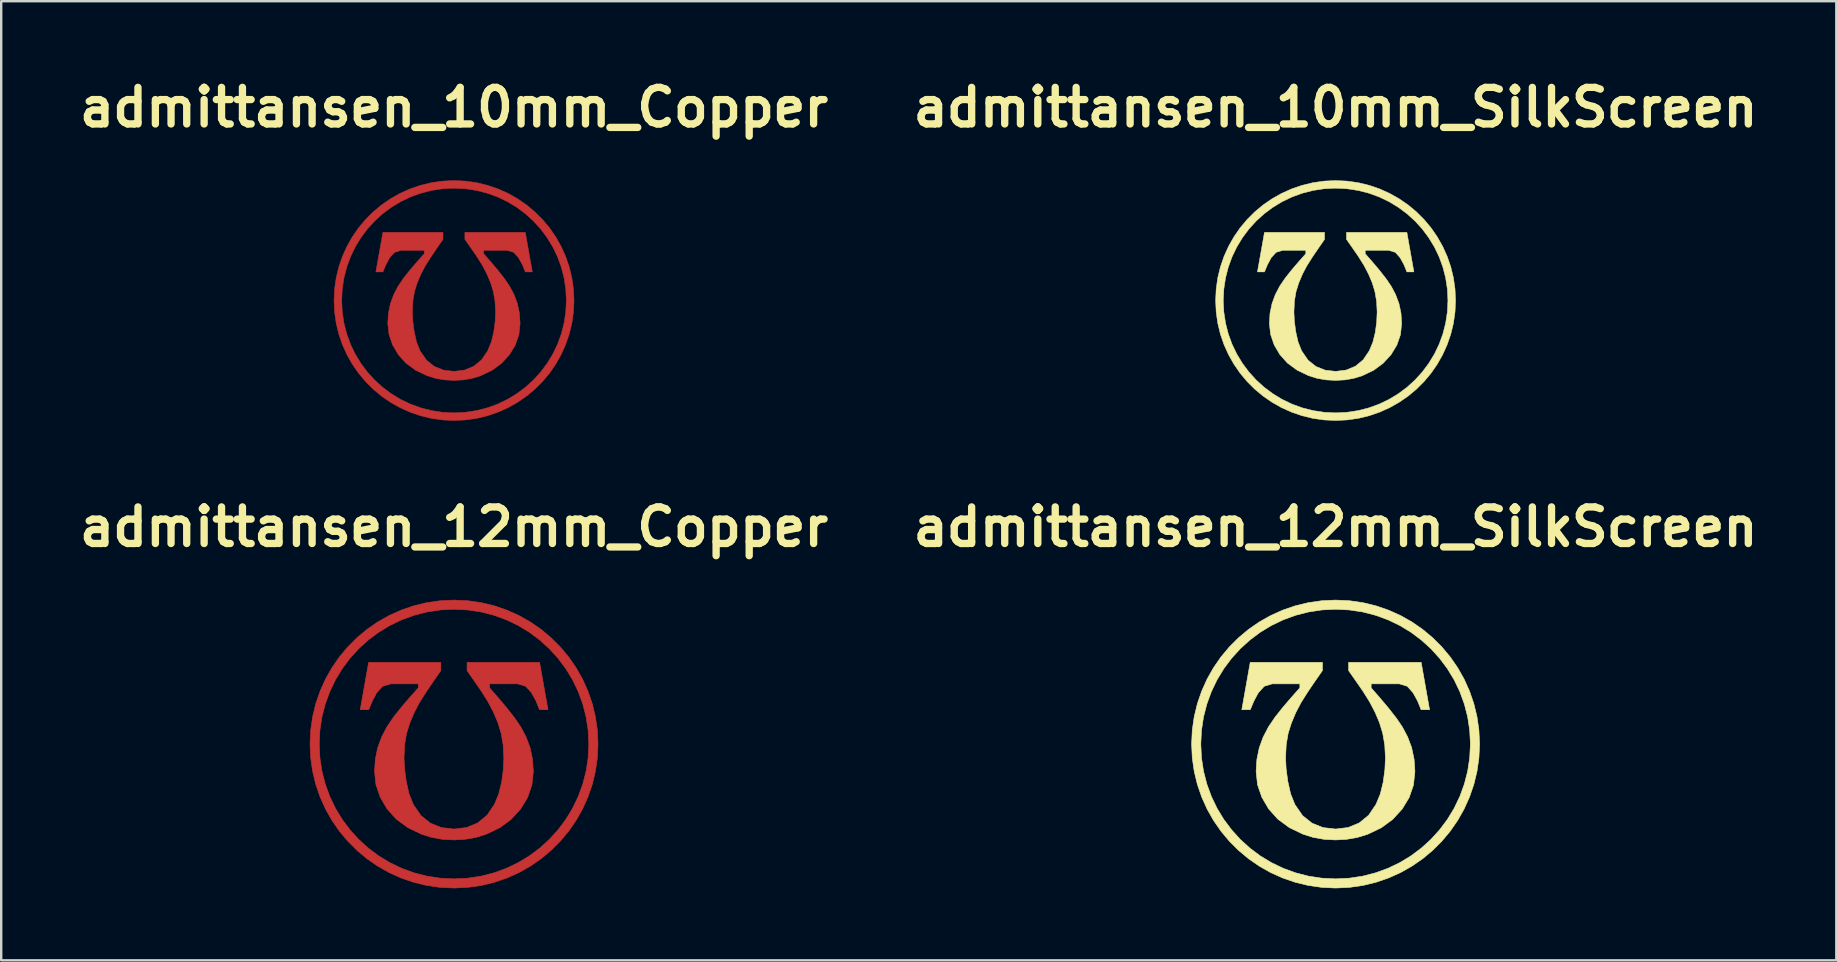
<source format=kicad_pcb>
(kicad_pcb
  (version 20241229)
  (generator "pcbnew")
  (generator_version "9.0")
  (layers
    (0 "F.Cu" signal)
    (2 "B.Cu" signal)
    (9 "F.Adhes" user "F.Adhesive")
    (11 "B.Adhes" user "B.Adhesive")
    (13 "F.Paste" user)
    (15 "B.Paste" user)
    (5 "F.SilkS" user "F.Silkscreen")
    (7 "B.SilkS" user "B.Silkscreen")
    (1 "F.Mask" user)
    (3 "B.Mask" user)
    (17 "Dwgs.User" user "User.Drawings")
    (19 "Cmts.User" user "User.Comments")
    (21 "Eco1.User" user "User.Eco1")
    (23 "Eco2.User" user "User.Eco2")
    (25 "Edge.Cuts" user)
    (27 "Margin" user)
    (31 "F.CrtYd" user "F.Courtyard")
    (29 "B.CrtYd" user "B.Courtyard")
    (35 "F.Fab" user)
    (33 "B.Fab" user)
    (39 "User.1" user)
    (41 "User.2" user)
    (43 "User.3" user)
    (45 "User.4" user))
  (footprint "admittansen_10mm_Copper"
    (layer "F.Cu")
    (at 15.871 9.474)
    (property "Reference" "admittansen_10mm_Copper" (at 0 -8.048 0) (layer "F.SilkS") (effects (font (size 1.524 1.524) (thickness 0.305))))
    (attr exclude_from_pos_files exclude_from_bom)
    (fp_poly (pts (xy -3.257 -1.192) (xy -2.964 -2.839) (xy -0.46 -2.839) (xy -0.46 -2.55) (xy -0.716 -2.18) (xy -0.969 -1.807) (xy -1.199 -1.443) (xy -1.381 -1.098) (xy -1.537 -0.728) (xy -1.648 -0.372) (xy -1.715 0.014) (xy -1.737 0.477) (xy -1.718 0.857) (xy -1.661 1.292) (xy -1.563 1.727) (xy -1.415 2.098) (xy -1.147 2.486) (xy -0.82 2.748) (xy -0.437 2.901) (xy -0.001 2.952) (xy 0.436 2.899) (xy 0.823 2.739) (xy 1.148 2.472) (xy 1.404 2.094) (xy 1.554 1.733) (xy 1.655 1.322) (xy 1.712 0.894) (xy 1.731 0.477) (xy 1.708 0.031) (xy 1.638 -0.372) (xy 1.524 -0.745) (xy 1.37 -1.107) (xy 1.182 -1.465) (xy 0.95 -1.837) (xy 0.696 -2.204) (xy 0.453 -2.55) (xy 0.453 -2.839) (xy 2.971 -2.839) (xy 3.263 -1.192) (xy 2.971 -1.192) (xy 2.847 -1.497) (xy 2.69 -1.782) (xy 2.491 -2.007) (xy 2.211 -2.092) (xy 1.234 -2.092) (xy 1.234 -1.951) (xy 1.521 -1.624) (xy 1.829 -1.26) (xy 2.111 -0.899) (xy 2.321 -0.589) (xy 2.5 -0.25) (xy 2.639 0.12) (xy 2.725 0.523) (xy 2.754 0.952) (xy 2.704 1.422) (xy 2.555 1.856) (xy 2.311 2.256) (xy 1.981 2.616) (xy 1.586 2.907) (xy 1.111 3.134) (xy 0.757 3.243) (xy 0.387 3.308) (xy -0.001 3.329) (xy -0.402 3.307) (xy -0.778 3.241) (xy -1.13 3.13) (xy -1.606 2.902) (xy -2.005 2.608) (xy -2.324 2.252) (xy -2.561 1.848) (xy -2.71 1.412) (xy -2.76 0.952) (xy -2.733 0.526) (xy -2.65 0.129) (xy -2.515 -0.241) (xy -2.332 -0.593) (xy -2.098 -0.938) (xy -1.822 -1.285) (xy -1.53 -1.626) (xy -1.241 -1.951) (xy -1.241 -2.092) (xy -2.204 -2.092) (xy -2.48 -2.007) (xy -2.684 -1.782) (xy -2.841 -1.489) (xy -2.964 -1.192) (xy -3.257 -1.192)) (stroke (width 0.02) (type solid)) (fill yes) (layer "F.Cu"))
    (fp_poly (pts (xy 0 -5) (xy 0 -4.681) (xy 0.479 -4.657) (xy 0.944 -4.586) (xy 1.393 -4.471) (xy 1.823 -4.314) (xy 2.232 -4.117) (xy 2.618 -3.882) (xy 2.979 -3.613) (xy 3.311 -3.311) (xy 3.613 -2.979) (xy 3.882 -2.618) (xy 4.117 -2.232) (xy 4.314 -1.823) (xy 4.471 -1.393) (xy 4.586 -0.944) (xy 4.657 -0.479) (xy 4.681 0) (xy 4.657 0.479) (xy 4.586 0.944) (xy 4.471 1.393) (xy 4.314 1.823) (xy 4.117 2.232) (xy 3.882 2.618) (xy 3.613 2.979) (xy 3.311 3.311) (xy 2.979 3.613) (xy 2.618 3.882) (xy 2.232 4.117) (xy 1.823 4.314) (xy 1.393 4.471) (xy 0.944 4.586) (xy 0.479 4.657) (xy 0 4.681) (xy -0.479 4.657) (xy -0.944 4.586) (xy -1.393 4.471) (xy -1.823 4.314) (xy -2.232 4.117) (xy -2.618 3.882) (xy -2.979 3.613) (xy -3.311 3.311) (xy -3.613 2.979) (xy -3.882 2.618) (xy -4.117 2.232) (xy -4.314 1.823) (xy -4.471 1.393) (xy -4.586 0.944) (xy -4.657 0.479) (xy -4.681 0) (xy -4.657 -0.479) (xy -4.586 -0.944) (xy -4.471 -1.393) (xy -4.314 -1.823) (xy -4.117 -2.232) (xy -3.882 -2.618) (xy -3.613 -2.979) (xy -3.311 -3.311) (xy -2.979 -3.613) (xy -2.618 -3.882) (xy -2.232 -4.117) (xy -1.823 -4.314) (xy -1.393 -4.471) (xy -0.944 -4.586) (xy -0.479 -4.657) (xy 0 -4.681) (xy 0 -5) (xy -0.481 -4.977) (xy -0.95 -4.91) (xy -1.403 -4.8) (xy -1.839 -4.65) (xy -2.256 -4.462) (xy -2.652 -4.238) (xy -3.025 -3.981) (xy -3.372 -3.691) (xy -3.691 -3.372) (xy -3.981 -3.025) (xy -4.238 -2.652) (xy -4.462 -2.256) (xy -4.65 -1.839) (xy -4.8 -1.403) (xy -4.91 -0.95) (xy -4.977 -0.481) (xy -5 0) (xy -4.977 0.481) (xy -4.91 0.95) (xy -4.8 1.403) (xy -4.65 1.839) (xy -4.462 2.256) (xy -4.238 2.652) (xy -3.981 3.025) (xy -3.691 3.372) (xy -3.372 3.691) (xy -3.025 3.981) (xy -2.652 4.238) (xy -2.256 4.462) (xy -1.839 4.65) (xy -1.403 4.8) (xy -0.95 4.91) (xy -0.481 4.977) (xy 0 5) (xy 0.481 4.977) (xy 0.95 4.91) (xy 1.403 4.8) (xy 1.839 4.65) (xy 2.256 4.462) (xy 2.652 4.238) (xy 3.025 3.981) (xy 3.372 3.691) (xy 3.691 3.372) (xy 3.981 3.025) (xy 4.238 2.652) (xy 4.462 2.256) (xy 4.65 1.839) (xy 4.8 1.403) (xy 4.91 0.95) (xy 4.977 0.481) (xy 5 0) (xy 4.977 -0.481) (xy 4.91 -0.95) (xy 4.8 -1.403) (xy 4.65 -1.839) (xy 4.462 -2.256) (xy 4.238 -2.652) (xy 3.981 -3.025) (xy 3.691 -3.372) (xy 3.372 -3.691) (xy 3.025 -3.981) (xy 2.652 -4.238) (xy 2.256 -4.462) (xy 1.839 -4.65) (xy 1.403 -4.8) (xy 0.95 -4.91) (xy 0.481 -4.977) (xy 0 -5)) (stroke (width 0.019) (type solid)) (fill yes) (layer "F.Cu")))
  (footprint "admittansen_12mm_SilkScreen"
    (layer "F.Cu")
    (at 52.61 27.958)
    (property "Reference" "admittansen_12mm_SilkScreen" (at 0 -9.048 0) (layer "F.SilkS") (effects (font (size 1.524 1.524) (thickness 0.305))))
    (attr exclude_from_pos_files exclude_from_bom)
    (fp_poly (pts (xy -3.908 -1.43) (xy -3.557 -3.406) (xy -0.551 -3.406) (xy -0.551 -3.06) (xy -0.86 -2.616) (xy -1.163 -2.169) (xy -1.439 -1.732) (xy -1.657 -1.318) (xy -1.844 -0.873) (xy -1.978 -0.447) (xy -2.058 0.017) (xy -2.085 0.572) (xy -2.062 1.028) (xy -1.993 1.55) (xy -1.876 2.072) (xy -1.698 2.518) (xy -1.377 2.983) (xy -0.984 3.297) (xy -0.525 3.481) (xy -0.001 3.542) (xy 0.523 3.478) (xy 0.987 3.287) (xy 1.378 2.966) (xy 1.685 2.513) (xy 1.864 2.08) (xy 1.985 1.586) (xy 2.054 1.073) (xy 2.077 0.572) (xy 2.049 0.037) (xy 1.965 -0.447) (xy 1.829 -0.894) (xy 1.644 -1.328) (xy 1.419 -1.758) (xy 1.14 -2.204) (xy 0.835 -2.645) (xy 0.544 -3.06) (xy 0.544 -3.406) (xy 3.565 -3.406) (xy 3.916 -1.43) (xy 3.565 -1.43) (xy 3.417 -1.797) (xy 3.228 -2.138) (xy 2.989 -2.408) (xy 2.653 -2.51) (xy 1.481 -2.51) (xy 1.481 -2.342) (xy 1.825 -1.948) (xy 2.194 -1.511) (xy 2.533 -1.078) (xy 2.785 -0.707) (xy 3 -0.3) (xy 3.167 0.144) (xy 3.27 0.628) (xy 3.305 1.143) (xy 3.245 1.707) (xy 3.065 2.228) (xy 2.774 2.708) (xy 2.378 3.14) (xy 1.903 3.488) (xy 1.333 3.761) (xy 0.909 3.891) (xy 0.464 3.969) (xy -0.001 3.995) (xy -0.482 3.969) (xy -0.934 3.889) (xy -1.356 3.756) (xy -1.927 3.482) (xy -2.406 3.129) (xy -2.789 2.703) (xy -3.073 2.217) (xy -3.253 1.694) (xy -3.312 1.143) (xy -3.279 0.631) (xy -3.18 0.154) (xy -3.018 -0.289) (xy -2.798 -0.712) (xy -2.518 -1.126) (xy -2.187 -1.542) (xy -1.836 -1.951) (xy -1.489 -2.342) (xy -1.489 -2.51) (xy -2.645 -2.51) (xy -2.976 -2.408) (xy -3.221 -2.138) (xy -3.409 -1.786) (xy -3.557 -1.43) (xy -3.908 -1.43)) (stroke (width 0.024) (type solid)) (fill yes) (layer "F.SilkS"))
    (fp_poly (pts (xy 0 -6) (xy 0 -5.618) (xy 0.575 -5.589) (xy 1.133 -5.504) (xy 1.671 -5.365) (xy 2.188 -5.176) (xy 2.679 -4.94) (xy 3.142 -4.659) (xy 3.574 -4.335) (xy 3.973 -3.973) (xy 4.335 -3.574) (xy 4.659 -3.142) (xy 4.94 -2.679) (xy 5.176 -2.188) (xy 5.365 -1.671) (xy 5.504 -1.133) (xy 5.589 -0.575) (xy 5.618 0) (xy 5.589 0.575) (xy 5.504 1.133) (xy 5.365 1.671) (xy 5.176 2.188) (xy 4.94 2.679) (xy 4.659 3.142) (xy 4.335 3.574) (xy 3.973 3.973) (xy 3.574 4.335) (xy 3.142 4.659) (xy 2.679 4.94) (xy 2.188 5.176) (xy 1.671 5.365) (xy 1.133 5.504) (xy 0.575 5.589) (xy 0 5.618) (xy -0.575 5.589) (xy -1.133 5.504) (xy -1.671 5.365) (xy -2.188 5.176) (xy -2.679 4.94) (xy -3.142 4.659) (xy -3.574 4.335) (xy -3.973 3.973) (xy -4.335 3.574) (xy -4.659 3.142) (xy -4.94 2.679) (xy -5.176 2.188) (xy -5.365 1.671) (xy -5.504 1.133) (xy -5.589 0.575) (xy -5.618 0) (xy -5.589 -0.575) (xy -5.504 -1.133) (xy -5.365 -1.671) (xy -5.176 -2.188) (xy -4.94 -2.679) (xy -4.659 -3.142) (xy -4.335 -3.574) (xy -3.973 -3.973) (xy -3.574 -4.335) (xy -3.142 -4.659) (xy -2.679 -4.94) (xy -2.188 -5.176) (xy -1.671 -5.365) (xy -1.133 -5.504) (xy -0.575 -5.589) (xy 0 -5.618) (xy 0 -6) (xy -0.577 -5.973) (xy -1.14 -5.892) (xy -1.684 -5.76) (xy -2.207 -5.58) (xy -2.708 -5.355) (xy -3.183 -5.086) (xy -3.63 -4.777) (xy -4.046 -4.429) (xy -4.429 -4.046) (xy -4.777 -3.63) (xy -5.086 -3.183) (xy -5.355 -2.708) (xy -5.58 -2.207) (xy -5.76 -1.684) (xy -5.892 -1.14) (xy -5.973 -0.577) (xy -6 0) (xy -5.973 0.577) (xy -5.892 1.14) (xy -5.76 1.684) (xy -5.58 2.207) (xy -5.355 2.708) (xy -5.086 3.183) (xy -4.777 3.63) (xy -4.429 4.046) (xy -4.046 4.429) (xy -3.63 4.777) (xy -3.183 5.086) (xy -2.708 5.355) (xy -2.207 5.58) (xy -1.684 5.76) (xy -1.14 5.892) (xy -0.577 5.973) (xy 0 6) (xy 0.577 5.973) (xy 1.14 5.892) (xy 1.684 5.76) (xy 2.207 5.58) (xy 2.708 5.355) (xy 3.183 5.086) (xy 3.63 4.777) (xy 4.046 4.429) (xy 4.429 4.046) (xy 4.777 3.63) (xy 5.086 3.183) (xy 5.355 2.708) (xy 5.58 2.207) (xy 5.76 1.684) (xy 5.892 1.14) (xy 5.973 0.577) (xy 6 0) (xy 5.973 -0.577) (xy 5.892 -1.14) (xy 5.76 -1.684) (xy 5.58 -2.207) (xy 5.355 -2.708) (xy 5.086 -3.183) (xy 4.777 -3.63) (xy 4.429 -4.046) (xy 4.046 -4.429) (xy 3.63 -4.777) (xy 3.183 -5.086) (xy 2.708 -5.355) (xy 2.207 -5.58) (xy 1.684 -5.76) (xy 1.14 -5.892) (xy 0.577 -5.973) (xy 0 -6)) (stroke (width 0.023) (type solid)) (fill yes) (layer "F.SilkS")))
  (footprint "admittansen_12mm_Copper"
    (layer "F.Cu")
    (at 15.871 27.958)
    (property "Reference" "admittansen_12mm_Copper" (at 0 -9.048 0) (layer "F.SilkS") (effects (font (size 1.524 1.524) (thickness 0.305))))
    (attr exclude_from_pos_files exclude_from_bom)
    (fp_poly (pts (xy -3.908 -1.43) (xy -3.557 -3.406) (xy -0.551 -3.406) (xy -0.551 -3.06) (xy -0.86 -2.616) (xy -1.163 -2.169) (xy -1.439 -1.732) (xy -1.657 -1.318) (xy -1.844 -0.873) (xy -1.978 -0.447) (xy -2.058 0.017) (xy -2.085 0.572) (xy -2.062 1.028) (xy -1.993 1.55) (xy -1.876 2.072) (xy -1.698 2.518) (xy -1.377 2.983) (xy -0.984 3.297) (xy -0.525 3.481) (xy -0.001 3.542) (xy 0.523 3.478) (xy 0.987 3.287) (xy 1.378 2.966) (xy 1.685 2.513) (xy 1.864 2.08) (xy 1.985 1.586) (xy 2.054 1.073) (xy 2.077 0.572) (xy 2.049 0.037) (xy 1.965 -0.447) (xy 1.829 -0.894) (xy 1.644 -1.328) (xy 1.419 -1.758) (xy 1.14 -2.204) (xy 0.835 -2.645) (xy 0.544 -3.06) (xy 0.544 -3.406) (xy 3.565 -3.406) (xy 3.916 -1.43) (xy 3.565 -1.43) (xy 3.417 -1.797) (xy 3.228 -2.138) (xy 2.989 -2.408) (xy 2.653 -2.51) (xy 1.481 -2.51) (xy 1.481 -2.342) (xy 1.825 -1.948) (xy 2.194 -1.511) (xy 2.533 -1.078) (xy 2.785 -0.707) (xy 3 -0.3) (xy 3.167 0.144) (xy 3.27 0.628) (xy 3.305 1.143) (xy 3.245 1.707) (xy 3.065 2.228) (xy 2.774 2.708) (xy 2.378 3.14) (xy 1.903 3.488) (xy 1.333 3.761) (xy 0.909 3.891) (xy 0.464 3.969) (xy -0.001 3.995) (xy -0.482 3.969) (xy -0.934 3.889) (xy -1.356 3.756) (xy -1.927 3.482) (xy -2.406 3.129) (xy -2.789 2.703) (xy -3.073 2.217) (xy -3.253 1.694) (xy -3.312 1.143) (xy -3.279 0.631) (xy -3.18 0.154) (xy -3.018 -0.289) (xy -2.798 -0.712) (xy -2.518 -1.126) (xy -2.187 -1.542) (xy -1.836 -1.951) (xy -1.489 -2.342) (xy -1.489 -2.51) (xy -2.645 -2.51) (xy -2.976 -2.408) (xy -3.221 -2.138) (xy -3.409 -1.786) (xy -3.557 -1.43) (xy -3.908 -1.43) (xy -3.908 -1.43)) (stroke (width 0.024) (type solid)) (fill yes) (layer "F.Cu"))
    (fp_poly (pts (xy 0 -6) (xy 0 -5.618) (xy 0.575 -5.589) (xy 1.133 -5.504) (xy 1.671 -5.365) (xy 2.188 -5.176) (xy 2.679 -4.94) (xy 3.142 -4.659) (xy 3.574 -4.336) (xy 3.973 -3.973) (xy 4.336 -3.574) (xy 4.659 -3.142) (xy 4.94 -2.679) (xy 5.176 -2.188) (xy 5.365 -1.671) (xy 5.504 -1.133) (xy 5.589 -0.575) (xy 5.618 0) (xy 5.589 0.575) (xy 5.504 1.133) (xy 5.365 1.671) (xy 5.176 2.188) (xy 4.94 2.679) (xy 4.659 3.142) (xy 4.336 3.574) (xy 3.973 3.973) (xy 3.574 4.336) (xy 3.142 4.659) (xy 2.679 4.94) (xy 2.188 5.176) (xy 1.671 5.365) (xy 1.133 5.504) (xy 0.575 5.589) (xy 0 5.618) (xy -0.575 5.589) (xy -1.133 5.504) (xy -1.671 5.365) (xy -2.188 5.176) (xy -2.679 4.94) (xy -3.142 4.659) (xy -3.574 4.336) (xy -3.973 3.973) (xy -4.336 3.574) (xy -4.659 3.142) (xy -4.94 2.679) (xy -5.176 2.188) (xy -5.365 1.671) (xy -5.504 1.133) (xy -5.589 0.575) (xy -5.618 0) (xy -5.589 -0.575) (xy -5.504 -1.133) (xy -5.365 -1.671) (xy -5.176 -2.188) (xy -4.94 -2.679) (xy -4.659 -3.142) (xy -4.336 -3.574) (xy -3.973 -3.973) (xy -3.574 -4.336) (xy -3.142 -4.659) (xy -2.679 -4.94) (xy -2.188 -5.176) (xy -1.671 -5.365) (xy -1.133 -5.504) (xy -0.575 -5.589) (xy 0 -5.618) (xy 0 -6) (xy -0.577 -5.973) (xy -1.14 -5.892) (xy -1.684 -5.76) (xy -2.207 -5.58) (xy -2.708 -5.355) (xy -3.183 -5.086) (xy -3.63 -4.777) (xy -4.046 -4.429) (xy -4.429 -4.046) (xy -4.777 -3.63) (xy -5.086 -3.183) (xy -5.355 -2.708) (xy -5.58 -2.207) (xy -5.76 -1.684) (xy -5.892 -1.14) (xy -5.973 -0.577) (xy -6 0) (xy -5.973 0.577) (xy -5.892 1.14) (xy -5.76 1.684) (xy -5.58 2.207) (xy -5.355 2.708) (xy -5.086 3.183) (xy -4.777 3.63) (xy -4.429 4.046) (xy -4.046 4.429) (xy -3.63 4.777) (xy -3.183 5.086) (xy -2.708 5.355) (xy -2.207 5.58) (xy -1.684 5.76) (xy -1.14 5.892) (xy -0.577 5.973) (xy 0 6) (xy 0.577 5.973) (xy 1.14 5.892) (xy 1.684 5.76) (xy 2.207 5.58) (xy 2.708 5.355) (xy 3.183 5.086) (xy 3.63 4.777) (xy 4.046 4.429) (xy 4.429 4.046) (xy 4.777 3.63) (xy 5.086 3.183) (xy 5.355 2.708) (xy 5.58 2.207) (xy 5.76 1.684) (xy 5.892 1.14) (xy 5.973 0.577) (xy 6 0) (xy 5.973 -0.577) (xy 5.892 -1.14) (xy 5.76 -1.684) (xy 5.58 -2.207) (xy 5.355 -2.708) (xy 5.086 -3.183) (xy 4.777 -3.63) (xy 4.429 -4.046) (xy 4.046 -4.429) (xy 3.63 -4.777) (xy 3.183 -5.086) (xy 2.708 -5.355) (xy 2.207 -5.58) (xy 1.684 -5.76) (xy 1.14 -5.892) (xy 0.577 -5.973) (xy 0 -6)) (stroke (width 0.023) (type solid)) (fill yes) (layer "F.Cu")))
  (footprint "admittansen_10mm_SilkScreen"
    (layer "F.Cu")
    (at 52.61 9.474)
    (property "Reference" "admittansen_10mm_SilkScreen" (at 0 -8.048 0) (layer "F.SilkS") (effects (font (size 1.524 1.524) (thickness 0.305))))
    (attr exclude_from_pos_files exclude_from_bom)
    (fp_poly (pts (xy -3.257 -1.192) (xy -2.964 -2.839) (xy -0.46 -2.839) (xy -0.46 -2.55) (xy -0.716 -2.18) (xy -0.969 -1.807) (xy -1.199 -1.443) (xy -1.381 -1.098) (xy -1.537 -0.728) (xy -1.648 -0.372) (xy -1.715 0.014) (xy -1.737 0.477) (xy -1.718 0.857) (xy -1.661 1.292) (xy -1.563 1.727) (xy -1.415 2.098) (xy -1.147 2.486) (xy -0.82 2.748) (xy -0.437 2.901) (xy -0.001 2.952) (xy 0.436 2.899) (xy 0.823 2.739) (xy 1.148 2.472) (xy 1.404 2.094) (xy 1.554 1.733) (xy 1.655 1.322) (xy 1.712 0.894) (xy 1.731 0.477) (xy 1.708 0.031) (xy 1.638 -0.372) (xy 1.524 -0.745) (xy 1.37 -1.107) (xy 1.182 -1.465) (xy 0.95 -1.837) (xy 0.696 -2.204) (xy 0.453 -2.55) (xy 0.453 -2.839) (xy 2.971 -2.839) (xy 3.263 -1.192) (xy 2.971 -1.192) (xy 2.847 -1.497) (xy 2.69 -1.782) (xy 2.491 -2.007) (xy 2.211 -2.092) (xy 1.234 -2.092) (xy 1.234 -1.951) (xy 1.521 -1.624) (xy 1.829 -1.259) (xy 2.111 -0.899) (xy 2.321 -0.589) (xy 2.5 -0.25) (xy 2.639 0.12) (xy 2.725 0.523) (xy 2.754 0.952) (xy 2.704 1.422) (xy 2.554 1.856) (xy 2.311 2.256) (xy 1.981 2.616) (xy 1.586 2.907) (xy 1.111 3.134) (xy 0.757 3.243) (xy 0.387 3.308) (xy -0.001 3.329) (xy -0.402 3.307) (xy -0.778 3.241) (xy -1.13 3.13) (xy -1.606 2.902) (xy -2.005 2.608) (xy -2.324 2.252) (xy -2.561 1.848) (xy -2.71 1.412) (xy -2.76 0.952) (xy -2.733 0.526) (xy -2.65 0.129) (xy -2.515 -0.241) (xy -2.332 -0.593) (xy -2.098 -0.938) (xy -1.822 -1.285) (xy -1.53 -1.626) (xy -1.241 -1.951) (xy -1.241 -2.092) (xy -2.204 -2.092) (xy -2.48 -2.007) (xy -2.684 -1.782) (xy -2.841 -1.489) (xy -2.964 -1.192) (xy -3.257 -1.192)) (stroke (width 0.02) (type solid)) (fill yes) (layer "F.SilkS"))
    (fp_poly (pts (xy 0 -5) (xy 0 -4.681) (xy 0.479 -4.657) (xy 0.944 -4.586) (xy 1.393 -4.471) (xy 1.823 -4.314) (xy 2.232 -4.117) (xy 2.618 -3.882) (xy 2.979 -3.613) (xy 3.311 -3.311) (xy 3.613 -2.979) (xy 3.882 -2.618) (xy 4.117 -2.232) (xy 4.314 -1.823) (xy 4.471 -1.393) (xy 4.586 -0.944) (xy 4.657 -0.479) (xy 4.681 0) (xy 4.657 0.479) (xy 4.586 0.944) (xy 4.471 1.393) (xy 4.314 1.823) (xy 4.117 2.232) (xy 3.882 2.618) (xy 3.613 2.979) (xy 3.311 3.311) (xy 2.979 3.613) (xy 2.618 3.882) (xy 2.232 4.117) (xy 1.823 4.314) (xy 1.393 4.471) (xy 0.944 4.586) (xy 0.479 4.657) (xy 0 4.681) (xy -0.479 4.657) (xy -0.944 4.586) (xy -1.393 4.471) (xy -1.823 4.314) (xy -2.232 4.117) (xy -2.618 3.882) (xy -2.979 3.613) (xy -3.311 3.311) (xy -3.613 2.979) (xy -3.882 2.618) (xy -4.117 2.232) (xy -4.314 1.823) (xy -4.471 1.393) (xy -4.586 0.944) (xy -4.657 0.479) (xy -4.681 0) (xy -4.657 -0.479) (xy -4.586 -0.944) (xy -4.471 -1.393) (xy -4.314 -1.823) (xy -4.117 -2.232) (xy -3.882 -2.618) (xy -3.613 -2.979) (xy -3.311 -3.311) (xy -2.979 -3.613) (xy -2.618 -3.882) (xy -2.232 -4.117) (xy -1.823 -4.314) (xy -1.393 -4.471) (xy -0.944 -4.586) (xy -0.479 -4.657) (xy 0 -4.681) (xy 0 -5) (xy -0.481 -4.977) (xy -0.95 -4.91) (xy -1.403 -4.8) (xy -1.839 -4.65) (xy -2.256 -4.462) (xy -2.652 -4.238) (xy -3.025 -3.981) (xy -3.372 -3.691) (xy -3.691 -3.372) (xy -3.981 -3.025) (xy -4.238 -2.652) (xy -4.462 -2.256) (xy -4.65 -1.839) (xy -4.8 -1.403) (xy -4.91 -0.95) (xy -4.977 -0.481) (xy -5 0) (xy -4.977 0.481) (xy -4.91 0.95) (xy -4.8 1.403) (xy -4.65 1.839) (xy -4.462 2.256) (xy -4.238 2.652) (xy -3.981 3.025) (xy -3.691 3.372) (xy -3.372 3.691) (xy -3.025 3.981) (xy -2.652 4.238) (xy -2.256 4.462) (xy -1.839 4.65) (xy -1.403 4.8) (xy -0.95 4.91) (xy -0.481 4.977) (xy 0 5) (xy 0.481 4.977) (xy 0.95 4.91) (xy 1.403 4.8) (xy 1.839 4.65) (xy 2.256 4.462) (xy 2.652 4.238) (xy 3.025 3.981) (xy 3.372 3.691) (xy 3.691 3.372) (xy 3.981 3.025) (xy 4.238 2.652) (xy 4.462 2.256) (xy 4.65 1.839) (xy 4.8 1.403) (xy 4.91 0.95) (xy 4.977 0.481) (xy 5 0) (xy 4.977 -0.481) (xy 4.91 -0.95) (xy 4.8 -1.403) (xy 4.65 -1.839) (xy 4.462 -2.256) (xy 4.238 -2.652) (xy 3.981 -3.025) (xy 3.691 -3.372) (xy 3.372 -3.691) (xy 3.025 -3.981) (xy 2.652 -4.238) (xy 2.256 -4.462) (xy 1.839 -4.65) (xy 1.403 -4.8) (xy 0.95 -4.91) (xy 0.481 -4.977) (xy 0 -5)) (stroke (width 0.019) (type solid)) (fill yes) (layer "F.SilkS")))
  (gr_rect
    (start -3 -3)
    (end 73.477 36.97)
    (stroke (width 0.1) (type default))
    (fill no)
    (layer "Edge.Cuts")))
</source>
